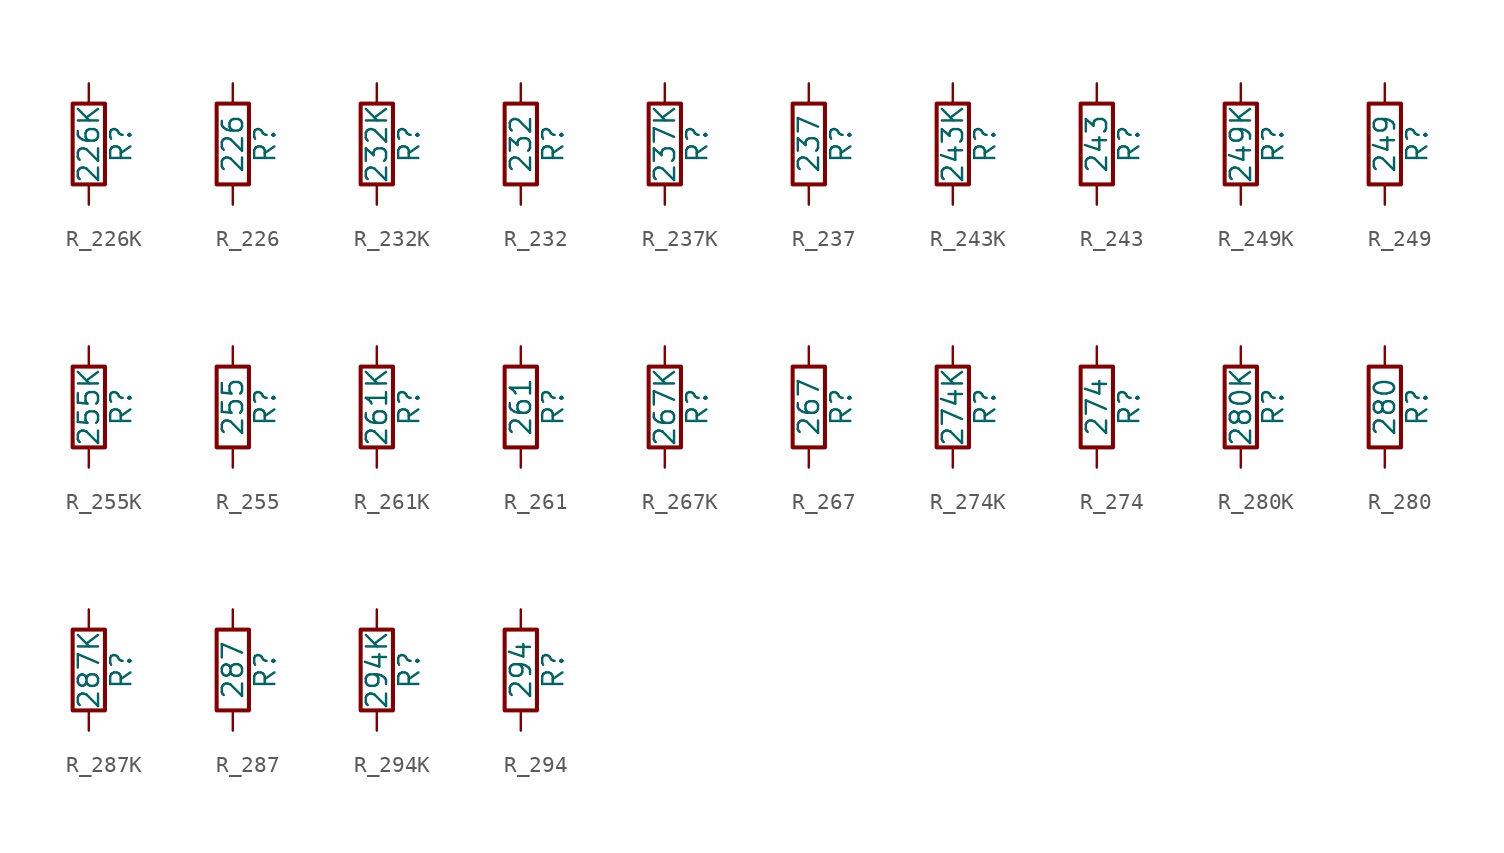
<source format=kicad_sym>
(kicad_symbol_lib
  (version 20211014)
  (generator atlantix-eda)
  (symbol "R_226K"
    (pin_numbers hide)
    (pin_names
      (offset 0))
    (property "Reference" "R"
      (at 2.032 0 90)
      (effects (font (size 1.27 1.27))))
    (property "Value" "226K"
      (at 0 0 90)
      (effects (font (size 1.27 1.27))))
    (symbol "R_226K_0_1"
      (rectangle (start -1.016 -2.54) (end 1.016 2.54) (stroke (width 0.254) (type default) (color 0 0 0 0)) (fill (type none))))
    (symbol "R_226K_1_1"
      (pin passive line (at 0 3.81 270) (length 1.27) (name "~" (effects (font (size 1.27 1.27)))) (number "1" (effects (font (size 1.27 1.27)))))
      (pin passive line (at 0 -3.81 90) (length 1.27) (name "~" (effects (font (size 1.27 1.27)))) (number "2" (effects (font (size 1.27 1.27)))))))
  (symbol "R_226"
    (pin_numbers hide)
    (pin_names
      (offset 0))
    (property "Reference" "R"
      (at 2.032 0 90)
      (effects (font (size 1.27 1.27))))
    (property "Value" "226"
      (at 0 0 90)
      (effects (font (size 1.27 1.27))))
    (symbol "R_226_0_1"
      (rectangle (start -1.016 -2.54) (end 1.016 2.54) (stroke (width 0.254) (type default) (color 0 0 0 0)) (fill (type none))))
    (symbol "R_226_1_1"
      (pin passive line (at 0 3.81 270) (length 1.27) (name "~" (effects (font (size 1.27 1.27)))) (number "1" (effects (font (size 1.27 1.27)))))
      (pin passive line (at 0 -3.81 90) (length 1.27) (name "~" (effects (font (size 1.27 1.27)))) (number "2" (effects (font (size 1.27 1.27)))))))
  (symbol "R_232K"
    (pin_numbers hide)
    (pin_names
      (offset 0))
    (property "Reference" "R"
      (at 2.032 0 90)
      (effects (font (size 1.27 1.27))))
    (property "Value" "232K"
      (at 0 0 90)
      (effects (font (size 1.27 1.27))))
    (symbol "R_232K_0_1"
      (rectangle (start -1.016 -2.54) (end 1.016 2.54) (stroke (width 0.254) (type default) (color 0 0 0 0)) (fill (type none))))
    (symbol "R_232K_1_1"
      (pin passive line (at 0 3.81 270) (length 1.27) (name "~" (effects (font (size 1.27 1.27)))) (number "1" (effects (font (size 1.27 1.27)))))
      (pin passive line (at 0 -3.81 90) (length 1.27) (name "~" (effects (font (size 1.27 1.27)))) (number "2" (effects (font (size 1.27 1.27)))))))
  (symbol "R_232"
    (pin_numbers hide)
    (pin_names
      (offset 0))
    (property "Reference" "R"
      (at 2.032 0 90)
      (effects (font (size 1.27 1.27))))
    (property "Value" "232"
      (at 0 0 90)
      (effects (font (size 1.27 1.27))))
    (symbol "R_232_0_1"
      (rectangle (start -1.016 -2.54) (end 1.016 2.54) (stroke (width 0.254) (type default) (color 0 0 0 0)) (fill (type none))))
    (symbol "R_232_1_1"
      (pin passive line (at 0 3.81 270) (length 1.27) (name "~" (effects (font (size 1.27 1.27)))) (number "1" (effects (font (size 1.27 1.27)))))
      (pin passive line (at 0 -3.81 90) (length 1.27) (name "~" (effects (font (size 1.27 1.27)))) (number "2" (effects (font (size 1.27 1.27)))))))
  (symbol "R_237K"
    (pin_numbers hide)
    (pin_names
      (offset 0))
    (property "Reference" "R"
      (at 2.032 0 90)
      (effects (font (size 1.27 1.27))))
    (property "Value" "237K"
      (at 0 0 90)
      (effects (font (size 1.27 1.27))))
    (symbol "R_237K_0_1"
      (rectangle (start -1.016 -2.54) (end 1.016 2.54) (stroke (width 0.254) (type default) (color 0 0 0 0)) (fill (type none))))
    (symbol "R_237K_1_1"
      (pin passive line (at 0 3.81 270) (length 1.27) (name "~" (effects (font (size 1.27 1.27)))) (number "1" (effects (font (size 1.27 1.27)))))
      (pin passive line (at 0 -3.81 90) (length 1.27) (name "~" (effects (font (size 1.27 1.27)))) (number "2" (effects (font (size 1.27 1.27)))))))
  (symbol "R_237"
    (pin_numbers hide)
    (pin_names
      (offset 0))
    (property "Reference" "R"
      (at 2.032 0 90)
      (effects (font (size 1.27 1.27))))
    (property "Value" "237"
      (at 0 0 90)
      (effects (font (size 1.27 1.27))))
    (symbol "R_237_0_1"
      (rectangle (start -1.016 -2.54) (end 1.016 2.54) (stroke (width 0.254) (type default) (color 0 0 0 0)) (fill (type none))))
    (symbol "R_237_1_1"
      (pin passive line (at 0 3.81 270) (length 1.27) (name "~" (effects (font (size 1.27 1.27)))) (number "1" (effects (font (size 1.27 1.27)))))
      (pin passive line (at 0 -3.81 90) (length 1.27) (name "~" (effects (font (size 1.27 1.27)))) (number "2" (effects (font (size 1.27 1.27)))))))
  (symbol "R_243K"
    (pin_numbers hide)
    (pin_names
      (offset 0))
    (property "Reference" "R"
      (at 2.032 0 90)
      (effects (font (size 1.27 1.27))))
    (property "Value" "243K"
      (at 0 0 90)
      (effects (font (size 1.27 1.27))))
    (symbol "R_243K_0_1"
      (rectangle (start -1.016 -2.54) (end 1.016 2.54) (stroke (width 0.254) (type default) (color 0 0 0 0)) (fill (type none))))
    (symbol "R_243K_1_1"
      (pin passive line (at 0 3.81 270) (length 1.27) (name "~" (effects (font (size 1.27 1.27)))) (number "1" (effects (font (size 1.27 1.27)))))
      (pin passive line (at 0 -3.81 90) (length 1.27) (name "~" (effects (font (size 1.27 1.27)))) (number "2" (effects (font (size 1.27 1.27)))))))
  (symbol "R_243"
    (pin_numbers hide)
    (pin_names
      (offset 0))
    (property "Reference" "R"
      (at 2.032 0 90)
      (effects (font (size 1.27 1.27))))
    (property "Value" "243"
      (at 0 0 90)
      (effects (font (size 1.27 1.27))))
    (symbol "R_243_0_1"
      (rectangle (start -1.016 -2.54) (end 1.016 2.54) (stroke (width 0.254) (type default) (color 0 0 0 0)) (fill (type none))))
    (symbol "R_243_1_1"
      (pin passive line (at 0 3.81 270) (length 1.27) (name "~" (effects (font (size 1.27 1.27)))) (number "1" (effects (font (size 1.27 1.27)))))
      (pin passive line (at 0 -3.81 90) (length 1.27) (name "~" (effects (font (size 1.27 1.27)))) (number "2" (effects (font (size 1.27 1.27)))))))
  (symbol "R_249K"
    (pin_numbers hide)
    (pin_names
      (offset 0))
    (property "Reference" "R"
      (at 2.032 0 90)
      (effects (font (size 1.27 1.27))))
    (property "Value" "249K"
      (at 0 0 90)
      (effects (font (size 1.27 1.27))))
    (symbol "R_249K_0_1"
      (rectangle (start -1.016 -2.54) (end 1.016 2.54) (stroke (width 0.254) (type default) (color 0 0 0 0)) (fill (type none))))
    (symbol "R_249K_1_1"
      (pin passive line (at 0 3.81 270) (length 1.27) (name "~" (effects (font (size 1.27 1.27)))) (number "1" (effects (font (size 1.27 1.27)))))
      (pin passive line (at 0 -3.81 90) (length 1.27) (name "~" (effects (font (size 1.27 1.27)))) (number "2" (effects (font (size 1.27 1.27)))))))
  (symbol "R_249"
    (pin_numbers hide)
    (pin_names
      (offset 0))
    (property "Reference" "R"
      (at 2.032 0 90)
      (effects (font (size 1.27 1.27))))
    (property "Value" "249"
      (at 0 0 90)
      (effects (font (size 1.27 1.27))))
    (symbol "R_249_0_1"
      (rectangle (start -1.016 -2.54) (end 1.016 2.54) (stroke (width 0.254) (type default) (color 0 0 0 0)) (fill (type none))))
    (symbol "R_249_1_1"
      (pin passive line (at 0 3.81 270) (length 1.27) (name "~" (effects (font (size 1.27 1.27)))) (number "1" (effects (font (size 1.27 1.27)))))
      (pin passive line (at 0 -3.81 90) (length 1.27) (name "~" (effects (font (size 1.27 1.27)))) (number "2" (effects (font (size 1.27 1.27)))))))
  (symbol "R_255K"
    (pin_numbers hide)
    (pin_names
      (offset 0))
    (property "Reference" "R"
      (at 2.032 0 90)
      (effects (font (size 1.27 1.27))))
    (property "Value" "255K"
      (at 0 0 90)
      (effects (font (size 1.27 1.27))))
    (symbol "R_255K_0_1"
      (rectangle (start -1.016 -2.54) (end 1.016 2.54) (stroke (width 0.254) (type default) (color 0 0 0 0)) (fill (type none))))
    (symbol "R_255K_1_1"
      (pin passive line (at 0 3.81 270) (length 1.27) (name "~" (effects (font (size 1.27 1.27)))) (number "1" (effects (font (size 1.27 1.27)))))
      (pin passive line (at 0 -3.81 90) (length 1.27) (name "~" (effects (font (size 1.27 1.27)))) (number "2" (effects (font (size 1.27 1.27)))))))
  (symbol "R_255"
    (pin_numbers hide)
    (pin_names
      (offset 0))
    (property "Reference" "R"
      (at 2.032 0 90)
      (effects (font (size 1.27 1.27))))
    (property "Value" "255"
      (at 0 0 90)
      (effects (font (size 1.27 1.27))))
    (symbol "R_255_0_1"
      (rectangle (start -1.016 -2.54) (end 1.016 2.54) (stroke (width 0.254) (type default) (color 0 0 0 0)) (fill (type none))))
    (symbol "R_255_1_1"
      (pin passive line (at 0 3.81 270) (length 1.27) (name "~" (effects (font (size 1.27 1.27)))) (number "1" (effects (font (size 1.27 1.27)))))
      (pin passive line (at 0 -3.81 90) (length 1.27) (name "~" (effects (font (size 1.27 1.27)))) (number "2" (effects (font (size 1.27 1.27)))))))
  (symbol "R_261K"
    (pin_numbers hide)
    (pin_names
      (offset 0))
    (property "Reference" "R"
      (at 2.032 0 90)
      (effects (font (size 1.27 1.27))))
    (property "Value" "261K"
      (at 0 0 90)
      (effects (font (size 1.27 1.27))))
    (symbol "R_261K_0_1"
      (rectangle (start -1.016 -2.54) (end 1.016 2.54) (stroke (width 0.254) (type default) (color 0 0 0 0)) (fill (type none))))
    (symbol "R_261K_1_1"
      (pin passive line (at 0 3.81 270) (length 1.27) (name "~" (effects (font (size 1.27 1.27)))) (number "1" (effects (font (size 1.27 1.27)))))
      (pin passive line (at 0 -3.81 90) (length 1.27) (name "~" (effects (font (size 1.27 1.27)))) (number "2" (effects (font (size 1.27 1.27)))))))
  (symbol "R_261"
    (pin_numbers hide)
    (pin_names
      (offset 0))
    (property "Reference" "R"
      (at 2.032 0 90)
      (effects (font (size 1.27 1.27))))
    (property "Value" "261"
      (at 0 0 90)
      (effects (font (size 1.27 1.27))))
    (symbol "R_261_0_1"
      (rectangle (start -1.016 -2.54) (end 1.016 2.54) (stroke (width 0.254) (type default) (color 0 0 0 0)) (fill (type none))))
    (symbol "R_261_1_1"
      (pin passive line (at 0 3.81 270) (length 1.27) (name "~" (effects (font (size 1.27 1.27)))) (number "1" (effects (font (size 1.27 1.27)))))
      (pin passive line (at 0 -3.81 90) (length 1.27) (name "~" (effects (font (size 1.27 1.27)))) (number "2" (effects (font (size 1.27 1.27)))))))
  (symbol "R_267K"
    (pin_numbers hide)
    (pin_names
      (offset 0))
    (property "Reference" "R"
      (at 2.032 0 90)
      (effects (font (size 1.27 1.27))))
    (property "Value" "267K"
      (at 0 0 90)
      (effects (font (size 1.27 1.27))))
    (symbol "R_267K_0_1"
      (rectangle (start -1.016 -2.54) (end 1.016 2.54) (stroke (width 0.254) (type default) (color 0 0 0 0)) (fill (type none))))
    (symbol "R_267K_1_1"
      (pin passive line (at 0 3.81 270) (length 1.27) (name "~" (effects (font (size 1.27 1.27)))) (number "1" (effects (font (size 1.27 1.27)))))
      (pin passive line (at 0 -3.81 90) (length 1.27) (name "~" (effects (font (size 1.27 1.27)))) (number "2" (effects (font (size 1.27 1.27)))))))
  (symbol "R_267"
    (pin_numbers hide)
    (pin_names
      (offset 0))
    (property "Reference" "R"
      (at 2.032 0 90)
      (effects (font (size 1.27 1.27))))
    (property "Value" "267"
      (at 0 0 90)
      (effects (font (size 1.27 1.27))))
    (symbol "R_267_0_1"
      (rectangle (start -1.016 -2.54) (end 1.016 2.54) (stroke (width 0.254) (type default) (color 0 0 0 0)) (fill (type none))))
    (symbol "R_267_1_1"
      (pin passive line (at 0 3.81 270) (length 1.27) (name "~" (effects (font (size 1.27 1.27)))) (number "1" (effects (font (size 1.27 1.27)))))
      (pin passive line (at 0 -3.81 90) (length 1.27) (name "~" (effects (font (size 1.27 1.27)))) (number "2" (effects (font (size 1.27 1.27)))))))
  (symbol "R_274K"
    (pin_numbers hide)
    (pin_names
      (offset 0))
    (property "Reference" "R"
      (at 2.032 0 90)
      (effects (font (size 1.27 1.27))))
    (property "Value" "274K"
      (at 0 0 90)
      (effects (font (size 1.27 1.27))))
    (symbol "R_274K_0_1"
      (rectangle (start -1.016 -2.54) (end 1.016 2.54) (stroke (width 0.254) (type default) (color 0 0 0 0)) (fill (type none))))
    (symbol "R_274K_1_1"
      (pin passive line (at 0 3.81 270) (length 1.27) (name "~" (effects (font (size 1.27 1.27)))) (number "1" (effects (font (size 1.27 1.27)))))
      (pin passive line (at 0 -3.81 90) (length 1.27) (name "~" (effects (font (size 1.27 1.27)))) (number "2" (effects (font (size 1.27 1.27)))))))
  (symbol "R_274"
    (pin_numbers hide)
    (pin_names
      (offset 0))
    (property "Reference" "R"
      (at 2.032 0 90)
      (effects (font (size 1.27 1.27))))
    (property "Value" "274"
      (at 0 0 90)
      (effects (font (size 1.27 1.27))))
    (symbol "R_274_0_1"
      (rectangle (start -1.016 -2.54) (end 1.016 2.54) (stroke (width 0.254) (type default) (color 0 0 0 0)) (fill (type none))))
    (symbol "R_274_1_1"
      (pin passive line (at 0 3.81 270) (length 1.27) (name "~" (effects (font (size 1.27 1.27)))) (number "1" (effects (font (size 1.27 1.27)))))
      (pin passive line (at 0 -3.81 90) (length 1.27) (name "~" (effects (font (size 1.27 1.27)))) (number "2" (effects (font (size 1.27 1.27)))))))
  (symbol "R_280K"
    (pin_numbers hide)
    (pin_names
      (offset 0))
    (property "Reference" "R"
      (at 2.032 0 90)
      (effects (font (size 1.27 1.27))))
    (property "Value" "280K"
      (at 0 0 90)
      (effects (font (size 1.27 1.27))))
    (symbol "R_280K_0_1"
      (rectangle (start -1.016 -2.54) (end 1.016 2.54) (stroke (width 0.254) (type default) (color 0 0 0 0)) (fill (type none))))
    (symbol "R_280K_1_1"
      (pin passive line (at 0 3.81 270) (length 1.27) (name "~" (effects (font (size 1.27 1.27)))) (number "1" (effects (font (size 1.27 1.27)))))
      (pin passive line (at 0 -3.81 90) (length 1.27) (name "~" (effects (font (size 1.27 1.27)))) (number "2" (effects (font (size 1.27 1.27)))))))
  (symbol "R_280"
    (pin_numbers hide)
    (pin_names
      (offset 0))
    (property "Reference" "R"
      (at 2.032 0 90)
      (effects (font (size 1.27 1.27))))
    (property "Value" "280"
      (at 0 0 90)
      (effects (font (size 1.27 1.27))))
    (symbol "R_280_0_1"
      (rectangle (start -1.016 -2.54) (end 1.016 2.54) (stroke (width 0.254) (type default) (color 0 0 0 0)) (fill (type none))))
    (symbol "R_280_1_1"
      (pin passive line (at 0 3.81 270) (length 1.27) (name "~" (effects (font (size 1.27 1.27)))) (number "1" (effects (font (size 1.27 1.27)))))
      (pin passive line (at 0 -3.81 90) (length 1.27) (name "~" (effects (font (size 1.27 1.27)))) (number "2" (effects (font (size 1.27 1.27)))))))
  (symbol "R_287K"
    (pin_numbers hide)
    (pin_names
      (offset 0))
    (property "Reference" "R"
      (at 2.032 0 90)
      (effects (font (size 1.27 1.27))))
    (property "Value" "287K"
      (at 0 0 90)
      (effects (font (size 1.27 1.27))))
    (symbol "R_287K_0_1"
      (rectangle (start -1.016 -2.54) (end 1.016 2.54) (stroke (width 0.254) (type default) (color 0 0 0 0)) (fill (type none))))
    (symbol "R_287K_1_1"
      (pin passive line (at 0 3.81 270) (length 1.27) (name "~" (effects (font (size 1.27 1.27)))) (number "1" (effects (font (size 1.27 1.27)))))
      (pin passive line (at 0 -3.81 90) (length 1.27) (name "~" (effects (font (size 1.27 1.27)))) (number "2" (effects (font (size 1.27 1.27)))))))
  (symbol "R_287"
    (pin_numbers hide)
    (pin_names
      (offset 0))
    (property "Reference" "R"
      (at 2.032 0 90)
      (effects (font (size 1.27 1.27))))
    (property "Value" "287"
      (at 0 0 90)
      (effects (font (size 1.27 1.27))))
    (symbol "R_287_0_1"
      (rectangle (start -1.016 -2.54) (end 1.016 2.54) (stroke (width 0.254) (type default) (color 0 0 0 0)) (fill (type none))))
    (symbol "R_287_1_1"
      (pin passive line (at 0 3.81 270) (length 1.27) (name "~" (effects (font (size 1.27 1.27)))) (number "1" (effects (font (size 1.27 1.27)))))
      (pin passive line (at 0 -3.81 90) (length 1.27) (name "~" (effects (font (size 1.27 1.27)))) (number "2" (effects (font (size 1.27 1.27)))))))
  (symbol "R_294K"
    (pin_numbers hide)
    (pin_names
      (offset 0))
    (property "Reference" "R"
      (at 2.032 0 90)
      (effects (font (size 1.27 1.27))))
    (property "Value" "294K"
      (at 0 0 90)
      (effects (font (size 1.27 1.27))))
    (symbol "R_294K_0_1"
      (rectangle (start -1.016 -2.54) (end 1.016 2.54) (stroke (width 0.254) (type default) (color 0 0 0 0)) (fill (type none))))
    (symbol "R_294K_1_1"
      (pin passive line (at 0 3.81 270) (length 1.27) (name "~" (effects (font (size 1.27 1.27)))) (number "1" (effects (font (size 1.27 1.27)))))
      (pin passive line (at 0 -3.81 90) (length 1.27) (name "~" (effects (font (size 1.27 1.27)))) (number "2" (effects (font (size 1.27 1.27)))))))
  (symbol "R_294"
    (pin_numbers hide)
    (pin_names
      (offset 0))
    (property "Reference" "R"
      (at 2.032 0 90)
      (effects (font (size 1.27 1.27))))
    (property "Value" "294"
      (at 0 0 90)
      (effects (font (size 1.27 1.27))))
    (symbol "R_294_0_1"
      (rectangle (start -1.016 -2.54) (end 1.016 2.54) (stroke (width 0.254) (type default) (color 0 0 0 0)) (fill (type none))))
    (symbol "R_294_1_1"
      (pin passive line (at 0 3.81 270) (length 1.27) (name "~" (effects (font (size 1.27 1.27)))) (number "1" (effects (font (size 1.27 1.27)))))
      (pin passive line (at 0 -3.81 90) (length 1.27) (name "~" (effects (font (size 1.27 1.27)))) (number "2" (effects (font (size 1.27 1.27))))))))
</source>
